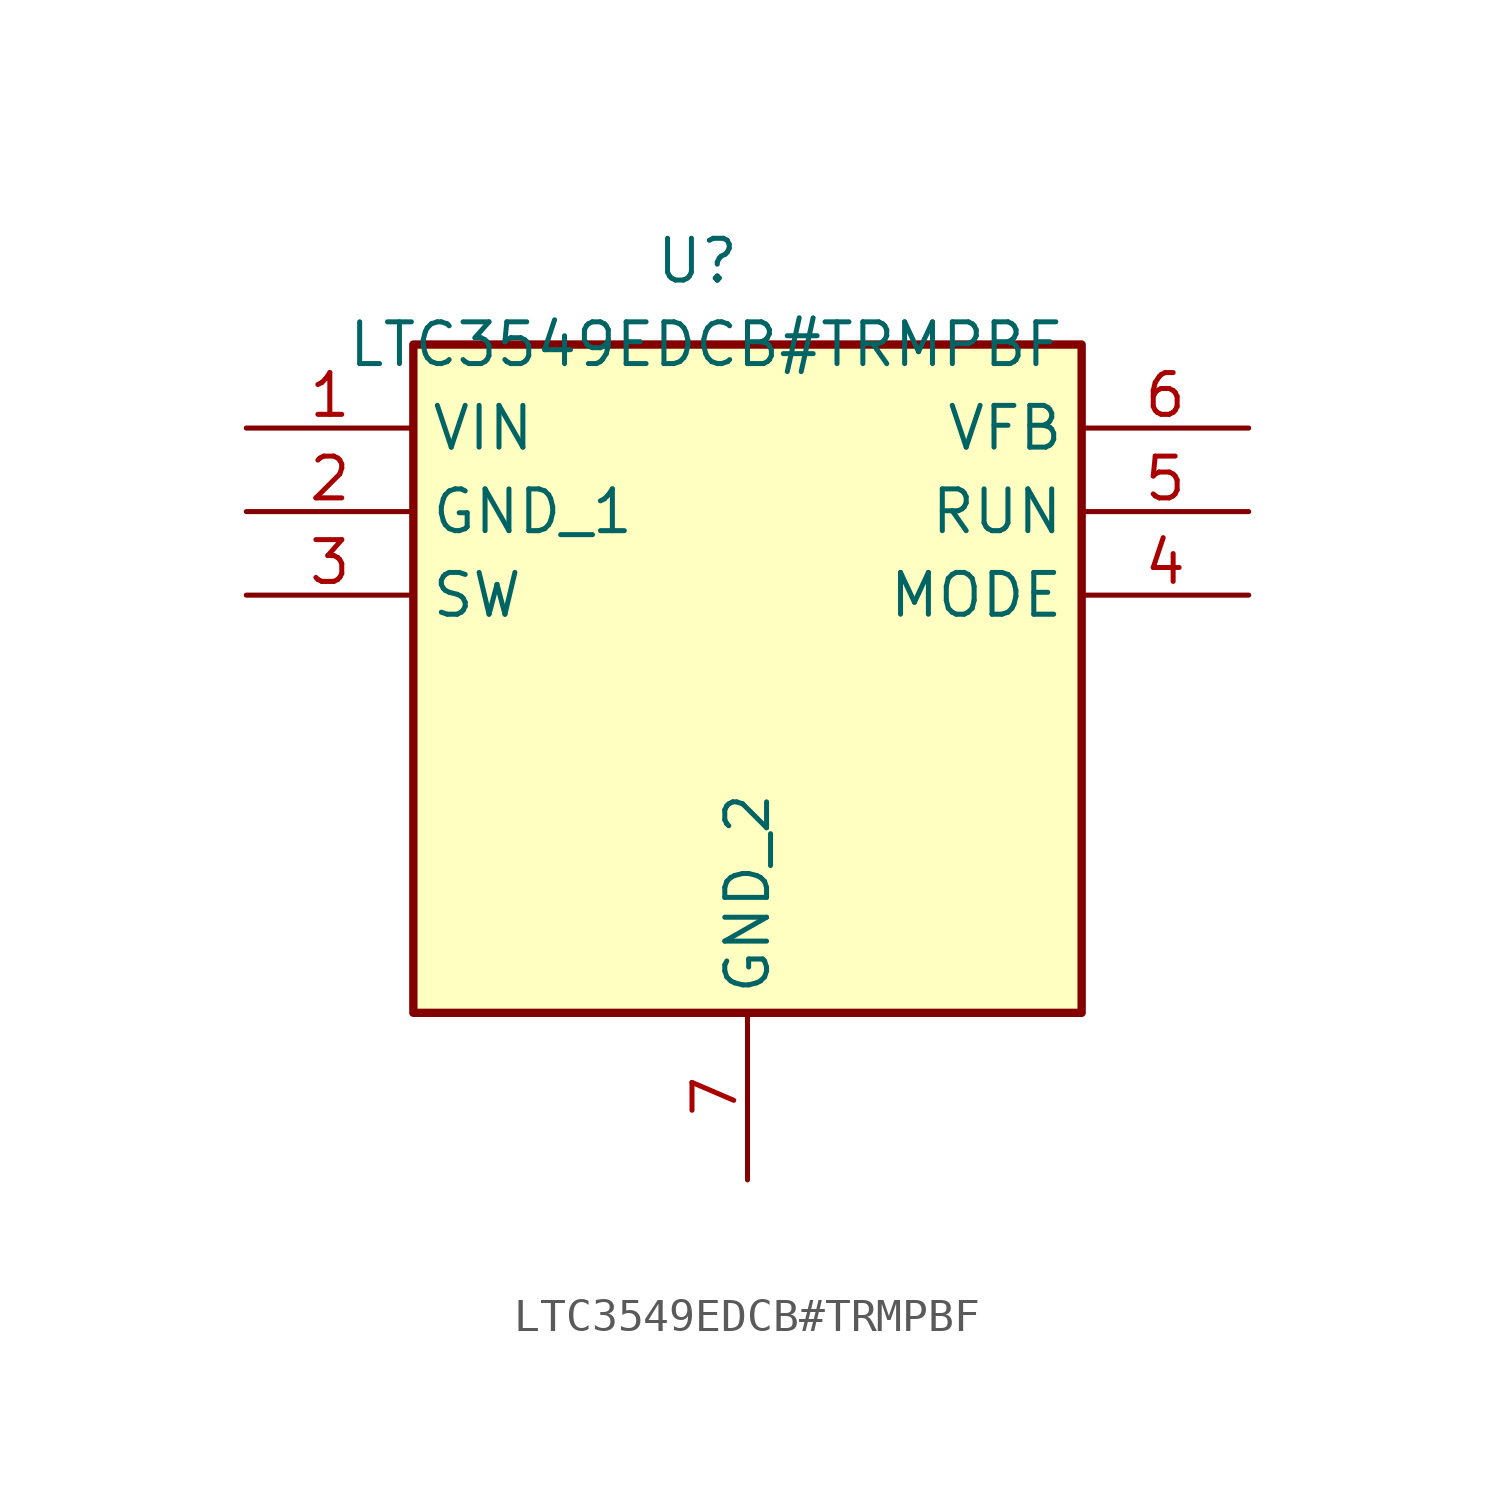
<source format=kicad_sym>
(kicad_symbol_lib
  (version 20241209)
  (generator "kicad_symbol_editor")
  (generator_version "9.0")
  (symbol "LTC3549EDCB#TRMPBF"
    (property "Reference" "U"
      (at -0.254 2.54 0)
      (effects (font (size 1.27 1.27))))
    (property "Value" "LTC3549EDCB#TRMPBF"
      (at 0 0 0)
      (effects (font (size 1.27 1.27))))
    (symbol "LTC3549EDCB#TRMPBF_1_1"
      (rectangle (start -8.89 0) (end 11.43 -20.32) (stroke (width 0.254) (type default)) (fill (type background)))
      (pin power_in line (at -13.97 -2.54 0) (length 5.08) (name "VIN" (effects (font (size 1.27 1.27)))) (number "1" (effects (font (size 1.27 1.27)))))
      (pin input line (at -13.97 -5.08 0) (length 5.08) (name "GND_1" (effects (font (size 1.27 1.27)))) (number "2" (effects (font (size 1.27 1.27)))))
      (pin passive line (at -13.97 -7.62 0) (length 5.08) (name "SW" (effects (font (size 1.27 1.27)))) (number "3" (effects (font (size 1.27 1.27)))))
      (pin power_in line (at 1.27 -25.4 90) (length 5.08) (name "GND_2" (effects (font (size 1.27 1.27)))) (number "7" (effects (font (size 1.27 1.27)))))
      (pin passive line (at 16.51 -2.54 180) (length 5.08) (name "VFB" (effects (font (size 1.27 1.27)))) (number "6" (effects (font (size 1.27 1.27)))))
      (pin passive line (at 16.51 -5.08 180) (length 5.08) (name "RUN" (effects (font (size 1.27 1.27)))) (number "5" (effects (font (size 1.27 1.27)))))
      (pin passive line (at 16.51 -7.62 180) (length 5.08) (name "MODE" (effects (font (size 1.27 1.27)))) (number "4" (effects (font (size 1.27 1.27))))))))
</source>
